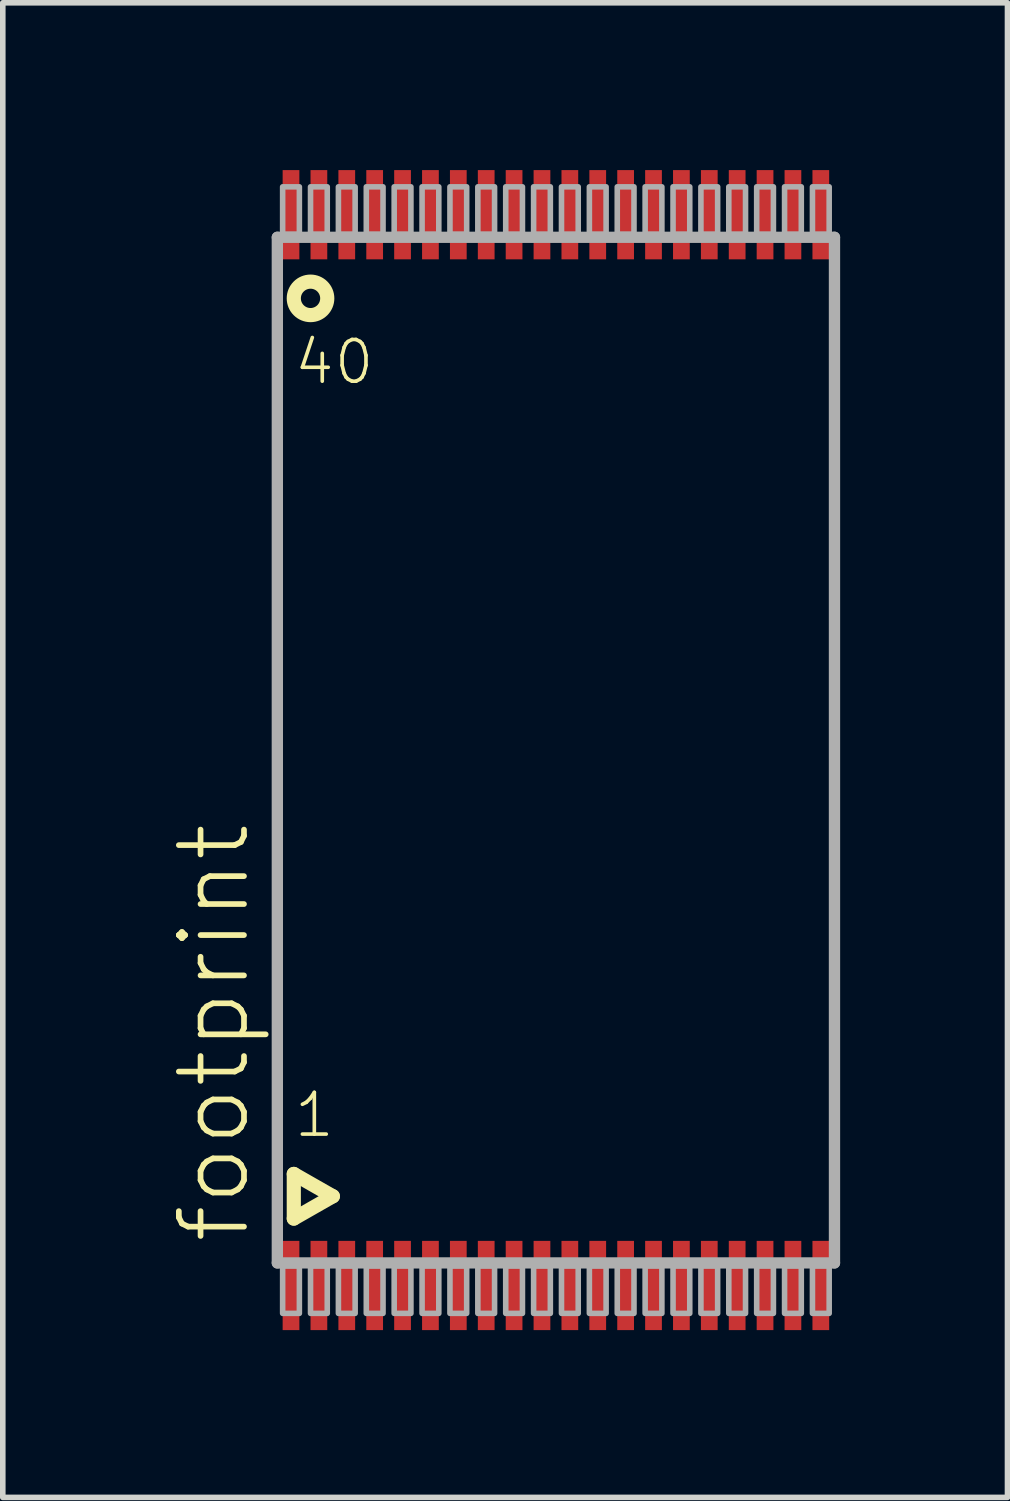
<source format=kicad_pcb>
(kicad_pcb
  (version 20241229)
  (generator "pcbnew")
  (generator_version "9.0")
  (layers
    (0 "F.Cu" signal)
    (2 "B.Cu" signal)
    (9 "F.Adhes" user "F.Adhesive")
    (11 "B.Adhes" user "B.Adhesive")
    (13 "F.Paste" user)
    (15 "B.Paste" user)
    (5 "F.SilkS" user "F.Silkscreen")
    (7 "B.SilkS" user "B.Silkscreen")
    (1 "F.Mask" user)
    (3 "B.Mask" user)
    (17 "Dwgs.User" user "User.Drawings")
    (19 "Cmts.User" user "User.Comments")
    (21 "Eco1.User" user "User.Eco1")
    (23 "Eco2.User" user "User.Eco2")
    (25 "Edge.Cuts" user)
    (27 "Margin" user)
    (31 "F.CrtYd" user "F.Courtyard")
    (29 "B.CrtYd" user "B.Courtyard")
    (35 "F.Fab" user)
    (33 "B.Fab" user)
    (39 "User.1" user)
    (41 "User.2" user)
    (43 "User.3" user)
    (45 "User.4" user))
  (footprint "footprint"
    (layer "F.Cu")
    (at 6.918 10.4)
    (property "Reference" "footprint" (at -5.445 8.89 90) (layer "F.SilkS") (effects (font (size 1.168 1.168) (thickness 0.102)) (justify left bottom)))
    (fp_line (start -4.7 7.6) (end -4 8) (stroke (width 0.254) (type solid)) (layer "F.SilkS"))
    (fp_line (start -4.7 8.4) (end -4.7 7.6) (stroke (width 0.254) (type solid)) (layer "F.SilkS"))
    (fp_line (start -4 8) (end -4.7 8.4) (stroke (width 0.254) (type solid)) (layer "F.SilkS"))
    (fp_circle (center -4.4 -8.1) (end -4.1 -8.1) (stroke (width 0.254) (type solid)) (fill no) (layer "F.SilkS"))
    (fp_line (start -4.995 -9.195) (end 4.995 -9.195) (stroke (width 0.203) (type solid)) (layer "F.Fab"))
    (fp_line (start -4.995 9.195) (end -4.995 -9.195) (stroke (width 0.203) (type solid)) (layer "F.Fab"))
    (fp_line (start 4.995 -9.195) (end 4.995 9.195) (stroke (width 0.203) (type solid)) (layer "F.Fab"))
    (fp_line (start 4.995 9.195) (end -4.995 9.195) (stroke (width 0.203) (type solid)) (layer "F.Fab"))
    (fp_poly (pts (xy -4.9 -9.25) (xy -4.6 -9.25) (xy -4.6 -10.1) (xy -4.9 -10.1)) (stroke (width 0.1) (type solid)) (fill no) (layer "F.Fab"))
    (fp_poly (pts (xy -4.9 10.1) (xy -4.6 10.1) (xy -4.6 9.25) (xy -4.9 9.25)) (stroke (width 0.1) (type solid)) (fill no) (layer "F.Fab"))
    (fp_poly (pts (xy -4.4 -9.25) (xy -4.1 -9.25) (xy -4.1 -10.1) (xy -4.4 -10.1)) (stroke (width 0.1) (type solid)) (fill no) (layer "F.Fab"))
    (fp_poly (pts (xy -4.4 10.1) (xy -4.1 10.1) (xy -4.1 9.25) (xy -4.4 9.25)) (stroke (width 0.1) (type solid)) (fill no) (layer "F.Fab"))
    (fp_poly (pts (xy -3.9 -9.25) (xy -3.6 -9.25) (xy -3.6 -10.1) (xy -3.9 -10.1)) (stroke (width 0.1) (type solid)) (fill no) (layer "F.Fab"))
    (fp_poly (pts (xy -3.9 10.1) (xy -3.6 10.1) (xy -3.6 9.25) (xy -3.9 9.25)) (stroke (width 0.1) (type solid)) (fill no) (layer "F.Fab"))
    (fp_poly (pts (xy -3.4 -9.25) (xy -3.1 -9.25) (xy -3.1 -10.1) (xy -3.4 -10.1)) (stroke (width 0.1) (type solid)) (fill no) (layer "F.Fab"))
    (fp_poly (pts (xy -3.4 10.1) (xy -3.1 10.1) (xy -3.1 9.25) (xy -3.4 9.25)) (stroke (width 0.1) (type solid)) (fill no) (layer "F.Fab"))
    (fp_poly (pts (xy -2.9 -9.25) (xy -2.6 -9.25) (xy -2.6 -10.1) (xy -2.9 -10.1)) (stroke (width 0.1) (type solid)) (fill no) (layer "F.Fab"))
    (fp_poly (pts (xy -2.9 10.1) (xy -2.6 10.1) (xy -2.6 9.25) (xy -2.9 9.25)) (stroke (width 0.1) (type solid)) (fill no) (layer "F.Fab"))
    (fp_poly (pts (xy -2.4 -9.25) (xy -2.1 -9.25) (xy -2.1 -10.1) (xy -2.4 -10.1)) (stroke (width 0.1) (type solid)) (fill no) (layer "F.Fab"))
    (fp_poly (pts (xy -2.4 10.1) (xy -2.1 10.1) (xy -2.1 9.25) (xy -2.4 9.25)) (stroke (width 0.1) (type solid)) (fill no) (layer "F.Fab"))
    (fp_poly (pts (xy -1.9 -9.25) (xy -1.6 -9.25) (xy -1.6 -10.1) (xy -1.9 -10.1)) (stroke (width 0.1) (type solid)) (fill no) (layer "F.Fab"))
    (fp_poly (pts (xy -1.9 10.1) (xy -1.6 10.1) (xy -1.6 9.25) (xy -1.9 9.25)) (stroke (width 0.1) (type solid)) (fill no) (layer "F.Fab"))
    (fp_poly (pts (xy -1.4 -9.25) (xy -1.1 -9.25) (xy -1.1 -10.1) (xy -1.4 -10.1)) (stroke (width 0.1) (type solid)) (fill no) (layer "F.Fab"))
    (fp_poly (pts (xy -1.4 10.1) (xy -1.1 10.1) (xy -1.1 9.25) (xy -1.4 9.25)) (stroke (width 0.1) (type solid)) (fill no) (layer "F.Fab"))
    (fp_poly (pts (xy -0.9 -9.25) (xy -0.6 -9.25) (xy -0.6 -10.1) (xy -0.9 -10.1)) (stroke (width 0.1) (type solid)) (fill no) (layer "F.Fab"))
    (fp_poly (pts (xy -0.9 10.1) (xy -0.6 10.1) (xy -0.6 9.25) (xy -0.9 9.25)) (stroke (width 0.1) (type solid)) (fill no) (layer "F.Fab"))
    (fp_poly (pts (xy -0.4 -9.25) (xy -0.1 -9.25) (xy -0.1 -10.1) (xy -0.4 -10.1)) (stroke (width 0.1) (type solid)) (fill no) (layer "F.Fab"))
    (fp_poly (pts (xy -0.4 10.1) (xy -0.1 10.1) (xy -0.1 9.25) (xy -0.4 9.25)) (stroke (width 0.1) (type solid)) (fill no) (layer "F.Fab"))
    (fp_poly (pts (xy 0.1 -9.25) (xy 0.4 -9.25) (xy 0.4 -10.1) (xy 0.1 -10.1)) (stroke (width 0.1) (type solid)) (fill no) (layer "F.Fab"))
    (fp_poly (pts (xy 0.1 10.1) (xy 0.4 10.1) (xy 0.4 9.25) (xy 0.1 9.25)) (stroke (width 0.1) (type solid)) (fill no) (layer "F.Fab"))
    (fp_poly (pts (xy 0.6 -9.25) (xy 0.9 -9.25) (xy 0.9 -10.1) (xy 0.6 -10.1)) (stroke (width 0.1) (type solid)) (fill no) (layer "F.Fab"))
    (fp_poly (pts (xy 0.6 10.1) (xy 0.9 10.1) (xy 0.9 9.25) (xy 0.6 9.25)) (stroke (width 0.1) (type solid)) (fill no) (layer "F.Fab"))
    (fp_poly (pts (xy 1.1 -9.25) (xy 1.4 -9.25) (xy 1.4 -10.1) (xy 1.1 -10.1)) (stroke (width 0.1) (type solid)) (fill no) (layer "F.Fab"))
    (fp_poly (pts (xy 1.1 10.1) (xy 1.4 10.1) (xy 1.4 9.25) (xy 1.1 9.25)) (stroke (width 0.1) (type solid)) (fill no) (layer "F.Fab"))
    (fp_poly (pts (xy 1.6 -9.25) (xy 1.9 -9.25) (xy 1.9 -10.1) (xy 1.6 -10.1)) (stroke (width 0.1) (type solid)) (fill no) (layer "F.Fab"))
    (fp_poly (pts (xy 1.6 10.1) (xy 1.9 10.1) (xy 1.9 9.25) (xy 1.6 9.25)) (stroke (width 0.1) (type solid)) (fill no) (layer "F.Fab"))
    (fp_poly (pts (xy 2.1 -9.25) (xy 2.4 -9.25) (xy 2.4 -10.1) (xy 2.1 -10.1)) (stroke (width 0.1) (type solid)) (fill no) (layer "F.Fab"))
    (fp_poly (pts (xy 2.1 10.1) (xy 2.4 10.1) (xy 2.4 9.25) (xy 2.1 9.25)) (stroke (width 0.1) (type solid)) (fill no) (layer "F.Fab"))
    (fp_poly (pts (xy 2.6 -9.25) (xy 2.9 -9.25) (xy 2.9 -10.1) (xy 2.6 -10.1)) (stroke (width 0.1) (type solid)) (fill no) (layer "F.Fab"))
    (fp_poly (pts (xy 2.6 10.1) (xy 2.9 10.1) (xy 2.9 9.25) (xy 2.6 9.25)) (stroke (width 0.1) (type solid)) (fill no) (layer "F.Fab"))
    (fp_poly (pts (xy 3.1 -9.25) (xy 3.4 -9.25) (xy 3.4 -10.1) (xy 3.1 -10.1)) (stroke (width 0.1) (type solid)) (fill no) (layer "F.Fab"))
    (fp_poly (pts (xy 3.1 10.1) (xy 3.4 10.1) (xy 3.4 9.25) (xy 3.1 9.25)) (stroke (width 0.1) (type solid)) (fill no) (layer "F.Fab"))
    (fp_poly (pts (xy 3.6 -9.25) (xy 3.9 -9.25) (xy 3.9 -10.1) (xy 3.6 -10.1)) (stroke (width 0.1) (type solid)) (fill no) (layer "F.Fab"))
    (fp_poly (pts (xy 3.6 10.1) (xy 3.9 10.1) (xy 3.9 9.25) (xy 3.6 9.25)) (stroke (width 0.1) (type solid)) (fill no) (layer "F.Fab"))
    (fp_poly (pts (xy 4.1 -9.25) (xy 4.4 -9.25) (xy 4.4 -10.1) (xy 4.1 -10.1)) (stroke (width 0.1) (type solid)) (fill no) (layer "F.Fab"))
    (fp_poly (pts (xy 4.1 10.1) (xy 4.4 10.1) (xy 4.4 9.25) (xy 4.1 9.25)) (stroke (width 0.1) (type solid)) (fill no) (layer "F.Fab"))
    (fp_poly (pts (xy 4.6 -9.25) (xy 4.9 -9.25) (xy 4.9 -10.1) (xy 4.6 -10.1)) (stroke (width 0.1) (type solid)) (fill no) (layer "F.Fab"))
    (fp_poly (pts (xy 4.6 10.1) (xy 4.9 10.1) (xy 4.9 9.25) (xy 4.6 9.25)) (stroke (width 0.1) (type solid)) (fill no) (layer "F.Fab"))
    (fp_text user "1" (at -4.731 6.98 0) (layer "F.SilkS") (effects (font (size 0.748 0.748) (thickness 0.065)) (justify left bottom)))
    (fp_text user "40" (at -4.731 -6.52 0) (layer "F.SilkS") (effects (font (size 0.748 0.748) (thickness 0.065)) (justify left bottom)))
    (pad "1" smd rect (at -4.75 9.6) (size 0.3 1.6) (layers "F.Cu" "F.Mask" "F.Paste"))
    (pad "2" smd rect (at -4.25 9.6) (size 0.3 1.6) (layers "F.Cu" "F.Mask" "F.Paste"))
    (pad "3" smd rect (at -3.75 9.6) (size 0.3 1.6) (layers "F.Cu" "F.Mask" "F.Paste"))
    (pad "4" smd rect (at -3.25 9.6) (size 0.3 1.6) (layers "F.Cu" "F.Mask" "F.Paste"))
    (pad "5" smd rect (at -2.75 9.6) (size 0.3 1.6) (layers "F.Cu" "F.Mask" "F.Paste"))
    (pad "6" smd rect (at -2.25 9.6) (size 0.3 1.6) (layers "F.Cu" "F.Mask" "F.Paste"))
    (pad "7" smd rect (at -1.75 9.6) (size 0.3 1.6) (layers "F.Cu" "F.Mask" "F.Paste"))
    (pad "8" smd rect (at -1.25 9.6) (size 0.3 1.6) (layers "F.Cu" "F.Mask" "F.Paste"))
    (pad "9" smd rect (at -0.75 9.6) (size 0.3 1.6) (layers "F.Cu" "F.Mask" "F.Paste"))
    (pad "10" smd rect (at -0.25 9.6) (size 0.3 1.6) (layers "F.Cu" "F.Mask" "F.Paste"))
    (pad "11" smd rect (at 0.25 9.6) (size 0.3 1.6) (layers "F.Cu" "F.Mask" "F.Paste"))
    (pad "12" smd rect (at 0.75 9.6) (size 0.3 1.6) (layers "F.Cu" "F.Mask" "F.Paste"))
    (pad "13" smd rect (at 1.25 9.6) (size 0.3 1.6) (layers "F.Cu" "F.Mask" "F.Paste"))
    (pad "14" smd rect (at 1.75 9.6) (size 0.3 1.6) (layers "F.Cu" "F.Mask" "F.Paste"))
    (pad "15" smd rect (at 2.25 9.6) (size 0.3 1.6) (layers "F.Cu" "F.Mask" "F.Paste"))
    (pad "16" smd rect (at 2.75 9.6) (size 0.3 1.6) (layers "F.Cu" "F.Mask" "F.Paste"))
    (pad "17" smd rect (at 3.25 9.6) (size 0.3 1.6) (layers "F.Cu" "F.Mask" "F.Paste"))
    (pad "18" smd rect (at 3.75 9.6) (size 0.3 1.6) (layers "F.Cu" "F.Mask" "F.Paste"))
    (pad "19" smd rect (at 4.25 9.6) (size 0.3 1.6) (layers "F.Cu" "F.Mask" "F.Paste"))
    (pad "20" smd rect (at 4.75 9.6) (size 0.3 1.6) (layers "F.Cu" "F.Mask" "F.Paste"))
    (pad "21" smd rect (at 4.75 -9.6) (size 0.3 1.6) (layers "F.Cu" "F.Mask" "F.Paste"))
    (pad "22" smd rect (at 4.25 -9.6) (size 0.3 1.6) (layers "F.Cu" "F.Mask" "F.Paste"))
    (pad "23" smd rect (at 3.75 -9.6) (size 0.3 1.6) (layers "F.Cu" "F.Mask" "F.Paste"))
    (pad "24" smd rect (at 3.25 -9.6) (size 0.3 1.6) (layers "F.Cu" "F.Mask" "F.Paste"))
    (pad "25" smd rect (at 2.75 -9.6) (size 0.3 1.6) (layers "F.Cu" "F.Mask" "F.Paste"))
    (pad "26" smd rect (at 2.25 -9.6) (size 0.3 1.6) (layers "F.Cu" "F.Mask" "F.Paste"))
    (pad "27" smd rect (at 1.75 -9.6) (size 0.3 1.6) (layers "F.Cu" "F.Mask" "F.Paste"))
    (pad "28" smd rect (at 1.25 -9.6) (size 0.3 1.6) (layers "F.Cu" "F.Mask" "F.Paste"))
    (pad "29" smd rect (at 0.75 -9.6) (size 0.3 1.6) (layers "F.Cu" "F.Mask" "F.Paste"))
    (pad "30" smd rect (at 0.25 -9.6) (size 0.3 1.6) (layers "F.Cu" "F.Mask" "F.Paste"))
    (pad "31" smd rect (at -0.25 -9.6) (size 0.3 1.6) (layers "F.Cu" "F.Mask" "F.Paste"))
    (pad "32" smd rect (at -0.75 -9.6) (size 0.3 1.6) (layers "F.Cu" "F.Mask" "F.Paste"))
    (pad "33" smd rect (at -1.25 -9.6) (size 0.3 1.6) (layers "F.Cu" "F.Mask" "F.Paste"))
    (pad "34" smd rect (at -1.75 -9.6) (size 0.3 1.6) (layers "F.Cu" "F.Mask" "F.Paste"))
    (pad "35" smd rect (at -2.25 -9.6) (size 0.3 1.6) (layers "F.Cu" "F.Mask" "F.Paste"))
    (pad "36" smd rect (at -2.75 -9.6) (size 0.3 1.6) (layers "F.Cu" "F.Mask" "F.Paste"))
    (pad "37" smd rect (at -3.25 -9.6) (size 0.3 1.6) (layers "F.Cu" "F.Mask" "F.Paste"))
    (pad "38" smd rect (at -3.75 -9.6) (size 0.3 1.6) (layers "F.Cu" "F.Mask" "F.Paste"))
    (pad "39" smd rect (at -4.25 -9.6) (size 0.3 1.6) (layers "F.Cu" "F.Mask" "F.Paste"))
    (pad "40" smd rect (at -4.75 -9.6) (size 0.3 1.6) (layers "F.Cu" "F.Mask" "F.Paste")))
  (gr_rect
    (start -3 -3)
    (end 15.015 23.8)
    (stroke (width 0.1) (type default))
    (fill no)
    (layer "Edge.Cuts")))
</source>
